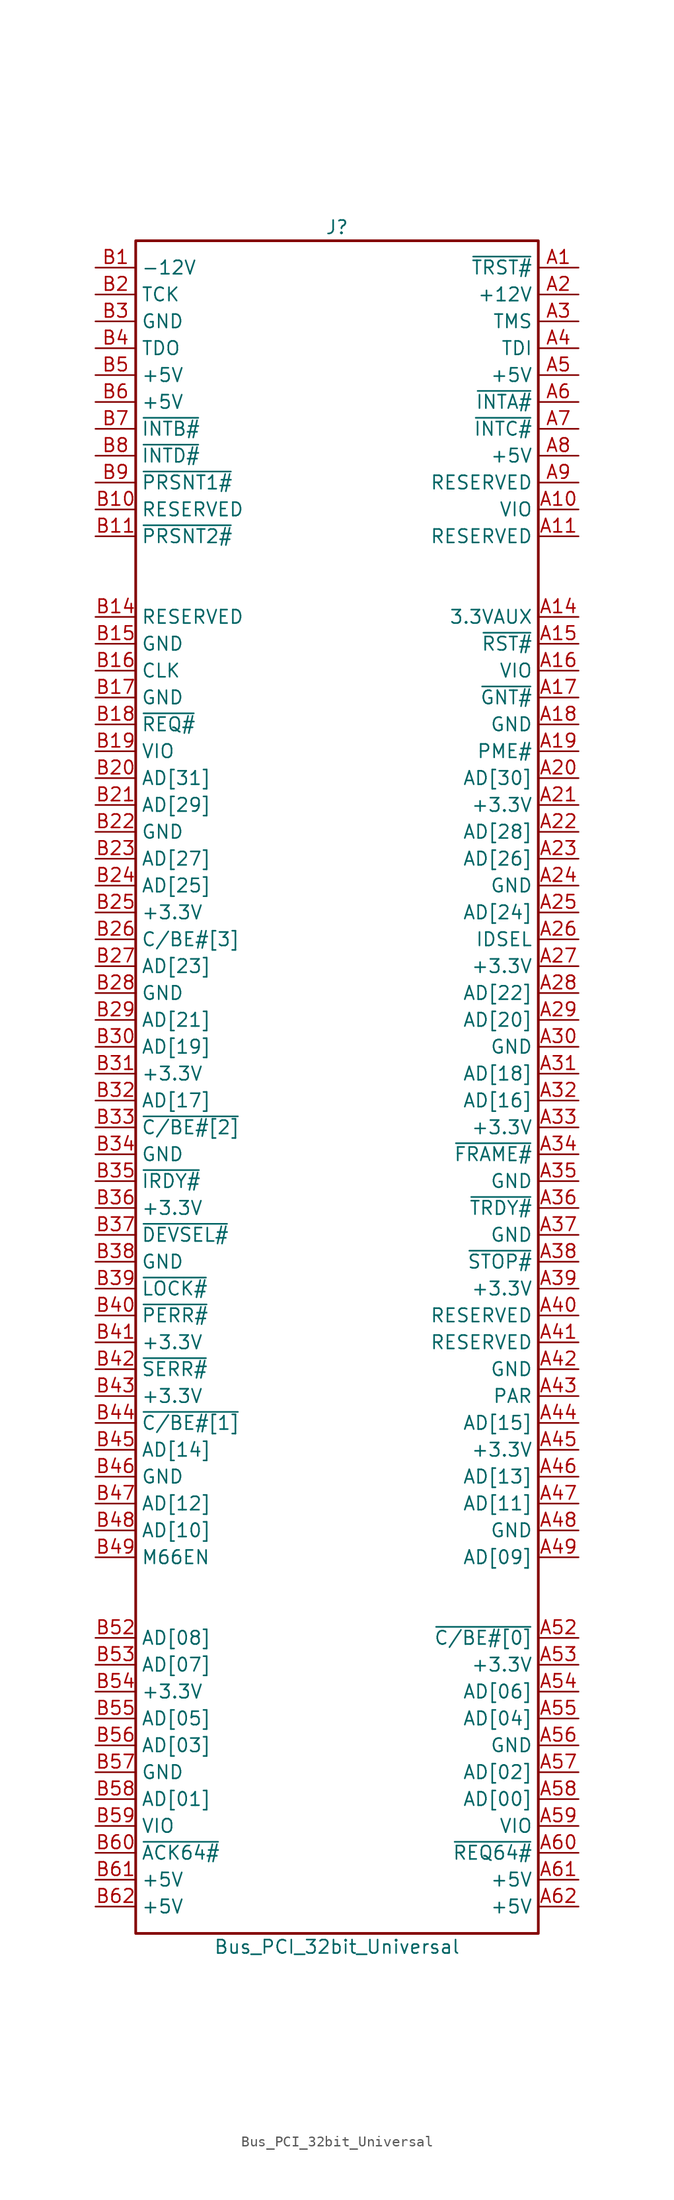
<source format=kicad_sym>
(kicad_symbol_lib
  (version 20211014)
  (generator kicad_symbol_editor)
  (symbol "Bus_PCI_32bit_Universal"
    (property "Reference" "J"
      (at 0 80.01 0)
      (effects (font (size 1.27 1.27))))
    (property "Value" "Bus_PCI_32bit_Universal"
      (at 0 -82.55 0)
      (effects (font (size 1.27 1.27))))
    (symbol "Bus_PCI_32bit_Universal_0_1"
      (rectangle (start -19.05 78.74) (end 19.05 -81.28) (stroke (width 0.254) (type default) (color 0 0 0 0)) (fill (type none))))
    (symbol "Bus_PCI_32bit_Universal_1_1"
      (pin output line (at 22.86 76.2 180) (length 3.81) (name "~{TRST#}" (effects (font (size 1.27 1.27)))) (number "A1" (effects (font (size 1.27 1.27)))))
      (pin power_in line (at 22.86 53.34 180) (length 3.81) (name "VIO" (effects (font (size 1.27 1.27)))) (number "A10" (effects (font (size 1.27 1.27)))))
      (pin passive line (at 22.86 50.8 180) (length 3.81) (name "RESERVED" (effects (font (size 1.27 1.27)))) (number "A11" (effects (font (size 1.27 1.27)))))
      (pin passive line (at 22.86 43.18 180) (length 3.81) (name "3.3VAUX" (effects (font (size 1.27 1.27)))) (number "A14" (effects (font (size 1.27 1.27)))))
      (pin output line (at 22.86 40.64 180) (length 3.81) (name "~{RST#}" (effects (font (size 1.27 1.27)))) (number "A15" (effects (font (size 1.27 1.27)))))
      (pin power_in line (at 22.86 38.1 180) (length 3.81) (name "VIO" (effects (font (size 1.27 1.27)))) (number "A16" (effects (font (size 1.27 1.27)))))
      (pin bidirectional line (at 22.86 35.56 180) (length 3.81) (name "~{GNT#}" (effects (font (size 1.27 1.27)))) (number "A17" (effects (font (size 1.27 1.27)))))
      (pin power_in line (at 22.86 33.02 180) (length 3.81) (name "GND" (effects (font (size 1.27 1.27)))) (number "A18" (effects (font (size 1.27 1.27)))))
      (pin passive line (at 22.86 30.48 180) (length 3.81) (name "PME#" (effects (font (size 1.27 1.27)))) (number "A19" (effects (font (size 1.27 1.27)))))
      (pin power_in line (at 22.86 73.66 180) (length 3.81) (name "+12V" (effects (font (size 1.27 1.27)))) (number "A2" (effects (font (size 1.27 1.27)))))
      (pin bidirectional line (at 22.86 27.94 180) (length 3.81) (name "AD[30]" (effects (font (size 1.27 1.27)))) (number "A20" (effects (font (size 1.27 1.27)))))
      (pin power_in line (at 22.86 25.4 180) (length 3.81) (name "+3.3V" (effects (font (size 1.27 1.27)))) (number "A21" (effects (font (size 1.27 1.27)))))
      (pin bidirectional line (at 22.86 22.86 180) (length 3.81) (name "AD[28]" (effects (font (size 1.27 1.27)))) (number "A22" (effects (font (size 1.27 1.27)))))
      (pin bidirectional line (at 22.86 20.32 180) (length 3.81) (name "AD[26]" (effects (font (size 1.27 1.27)))) (number "A23" (effects (font (size 1.27 1.27)))))
      (pin power_in line (at 22.86 17.78 180) (length 3.81) (name "GND" (effects (font (size 1.27 1.27)))) (number "A24" (effects (font (size 1.27 1.27)))))
      (pin bidirectional line (at 22.86 15.24 180) (length 3.81) (name "AD[24]" (effects (font (size 1.27 1.27)))) (number "A25" (effects (font (size 1.27 1.27)))))
      (pin output line (at 22.86 12.7 180) (length 3.81) (name "IDSEL" (effects (font (size 1.27 1.27)))) (number "A26" (effects (font (size 1.27 1.27)))))
      (pin power_in line (at 22.86 10.16 180) (length 3.81) (name "+3.3V" (effects (font (size 1.27 1.27)))) (number "A27" (effects (font (size 1.27 1.27)))))
      (pin bidirectional line (at 22.86 7.62 180) (length 3.81) (name "AD[22]" (effects (font (size 1.27 1.27)))) (number "A28" (effects (font (size 1.27 1.27)))))
      (pin bidirectional line (at 22.86 5.08 180) (length 3.81) (name "AD[20]" (effects (font (size 1.27 1.27)))) (number "A29" (effects (font (size 1.27 1.27)))))
      (pin output line (at 22.86 71.12 180) (length 3.81) (name "TMS" (effects (font (size 1.27 1.27)))) (number "A3" (effects (font (size 1.27 1.27)))))
      (pin power_in line (at 22.86 2.54 180) (length 3.81) (name "GND" (effects (font (size 1.27 1.27)))) (number "A30" (effects (font (size 1.27 1.27)))))
      (pin bidirectional line (at 22.86 0 180) (length 3.81) (name "AD[18]" (effects (font (size 1.27 1.27)))) (number "A31" (effects (font (size 1.27 1.27)))))
      (pin bidirectional line (at 22.86 -2.54 180) (length 3.81) (name "AD[16]" (effects (font (size 1.27 1.27)))) (number "A32" (effects (font (size 1.27 1.27)))))
      (pin power_in line (at 22.86 -5.08 180) (length 3.81) (name "+3.3V" (effects (font (size 1.27 1.27)))) (number "A33" (effects (font (size 1.27 1.27)))))
      (pin bidirectional line (at 22.86 -7.62 180) (length 3.81) (name "~{FRAME#}" (effects (font (size 1.27 1.27)))) (number "A34" (effects (font (size 1.27 1.27)))))
      (pin power_in line (at 22.86 -10.16 180) (length 3.81) (name "GND" (effects (font (size 1.27 1.27)))) (number "A35" (effects (font (size 1.27 1.27)))))
      (pin bidirectional line (at 22.86 -12.7 180) (length 3.81) (name "~{TRDY#}" (effects (font (size 1.27 1.27)))) (number "A36" (effects (font (size 1.27 1.27)))))
      (pin power_in line (at 22.86 -15.24 180) (length 3.81) (name "GND" (effects (font (size 1.27 1.27)))) (number "A37" (effects (font (size 1.27 1.27)))))
      (pin bidirectional line (at 22.86 -17.78 180) (length 3.81) (name "~{STOP#}" (effects (font (size 1.27 1.27)))) (number "A38" (effects (font (size 1.27 1.27)))))
      (pin power_in line (at 22.86 -20.32 180) (length 3.81) (name "+3.3V" (effects (font (size 1.27 1.27)))) (number "A39" (effects (font (size 1.27 1.27)))))
      (pin output line (at 22.86 68.58 180) (length 3.81) (name "TDI" (effects (font (size 1.27 1.27)))) (number "A4" (effects (font (size 1.27 1.27)))))
      (pin bidirectional line (at 22.86 -22.86 180) (length 3.81) (name "RESERVED" (effects (font (size 1.27 1.27)))) (number "A40" (effects (font (size 1.27 1.27)))))
      (pin bidirectional line (at 22.86 -25.4 180) (length 3.81) (name "RESERVED" (effects (font (size 1.27 1.27)))) (number "A41" (effects (font (size 1.27 1.27)))))
      (pin power_in line (at 22.86 -27.94 180) (length 3.81) (name "GND" (effects (font (size 1.27 1.27)))) (number "A42" (effects (font (size 1.27 1.27)))))
      (pin bidirectional line (at 22.86 -30.48 180) (length 3.81) (name "PAR" (effects (font (size 1.27 1.27)))) (number "A43" (effects (font (size 1.27 1.27)))))
      (pin bidirectional line (at 22.86 -33.02 180) (length 3.81) (name "AD[15]" (effects (font (size 1.27 1.27)))) (number "A44" (effects (font (size 1.27 1.27)))))
      (pin power_in line (at 22.86 -35.56 180) (length 3.81) (name "+3.3V" (effects (font (size 1.27 1.27)))) (number "A45" (effects (font (size 1.27 1.27)))))
      (pin bidirectional line (at 22.86 -38.1 180) (length 3.81) (name "AD[13]" (effects (font (size 1.27 1.27)))) (number "A46" (effects (font (size 1.27 1.27)))))
      (pin bidirectional line (at 22.86 -40.64 180) (length 3.81) (name "AD[11]" (effects (font (size 1.27 1.27)))) (number "A47" (effects (font (size 1.27 1.27)))))
      (pin power_in line (at 22.86 -43.18 180) (length 3.81) (name "GND" (effects (font (size 1.27 1.27)))) (number "A48" (effects (font (size 1.27 1.27)))))
      (pin bidirectional line (at 22.86 -45.72 180) (length 3.81) (name "AD[09]" (effects (font (size 1.27 1.27)))) (number "A49" (effects (font (size 1.27 1.27)))))
      (pin power_in line (at 22.86 66.04 180) (length 3.81) (name "+5V" (effects (font (size 1.27 1.27)))) (number "A5" (effects (font (size 1.27 1.27)))))
      (pin bidirectional line (at 22.86 -53.34 180) (length 3.81) (name "~{C/BE#[0]}" (effects (font (size 1.27 1.27)))) (number "A52" (effects (font (size 1.27 1.27)))))
      (pin power_in line (at 22.86 -55.88 180) (length 3.81) (name "+3.3V" (effects (font (size 1.27 1.27)))) (number "A53" (effects (font (size 1.27 1.27)))))
      (pin bidirectional line (at 22.86 -58.42 180) (length 3.81) (name "AD[06]" (effects (font (size 1.27 1.27)))) (number "A54" (effects (font (size 1.27 1.27)))))
      (pin bidirectional line (at 22.86 -60.96 180) (length 3.81) (name "AD[04]" (effects (font (size 1.27 1.27)))) (number "A55" (effects (font (size 1.27 1.27)))))
      (pin power_in line (at 22.86 -63.5 180) (length 3.81) (name "GND" (effects (font (size 1.27 1.27)))) (number "A56" (effects (font (size 1.27 1.27)))))
      (pin bidirectional line (at 22.86 -66.04 180) (length 3.81) (name "AD[02]" (effects (font (size 1.27 1.27)))) (number "A57" (effects (font (size 1.27 1.27)))))
      (pin bidirectional line (at 22.86 -68.58 180) (length 3.81) (name "AD[00]" (effects (font (size 1.27 1.27)))) (number "A58" (effects (font (size 1.27 1.27)))))
      (pin power_in line (at 22.86 -71.12 180) (length 3.81) (name "VIO" (effects (font (size 1.27 1.27)))) (number "A59" (effects (font (size 1.27 1.27)))))
      (pin input line (at 22.86 63.5 180) (length 3.81) (name "~{INTA#}" (effects (font (size 1.27 1.27)))) (number "A6" (effects (font (size 1.27 1.27)))))
      (pin bidirectional line (at 22.86 -73.66 180) (length 3.81) (name "~{REQ64#}" (effects (font (size 1.27 1.27)))) (number "A60" (effects (font (size 1.27 1.27)))))
      (pin power_in line (at 22.86 -76.2 180) (length 3.81) (name "+5V" (effects (font (size 1.27 1.27)))) (number "A61" (effects (font (size 1.27 1.27)))))
      (pin power_in line (at 22.86 -78.74 180) (length 3.81) (name "+5V" (effects (font (size 1.27 1.27)))) (number "A62" (effects (font (size 1.27 1.27)))))
      (pin input line (at 22.86 60.96 180) (length 3.81) (name "~{INTC#}" (effects (font (size 1.27 1.27)))) (number "A7" (effects (font (size 1.27 1.27)))))
      (pin power_in line (at 22.86 58.42 180) (length 3.81) (name "+5V" (effects (font (size 1.27 1.27)))) (number "A8" (effects (font (size 1.27 1.27)))))
      (pin passive line (at 22.86 55.88 180) (length 3.81) (name "RESERVED" (effects (font (size 1.27 1.27)))) (number "A9" (effects (font (size 1.27 1.27)))))
      (pin power_in line (at -22.86 76.2 0) (length 3.81) (name "-12V" (effects (font (size 1.27 1.27)))) (number "B1" (effects (font (size 1.27 1.27)))))
      (pin passive line (at -22.86 53.34 0) (length 3.81) (name "RESERVED" (effects (font (size 1.27 1.27)))) (number "B10" (effects (font (size 1.27 1.27)))))
      (pin input line (at -22.86 50.8 0) (length 3.81) (name "~{PRSNT2#}" (effects (font (size 1.27 1.27)))) (number "B11" (effects (font (size 1.27 1.27)))))
      (pin passive line (at -22.86 43.18 0) (length 3.81) (name "RESERVED" (effects (font (size 1.27 1.27)))) (number "B14" (effects (font (size 1.27 1.27)))))
      (pin power_in line (at -22.86 40.64 0) (length 3.81) (name "GND" (effects (font (size 1.27 1.27)))) (number "B15" (effects (font (size 1.27 1.27)))))
      (pin output line (at -22.86 38.1 0) (length 3.81) (name "CLK" (effects (font (size 1.27 1.27)))) (number "B16" (effects (font (size 1.27 1.27)))))
      (pin power_in line (at -22.86 35.56 0) (length 3.81) (name "GND" (effects (font (size 1.27 1.27)))) (number "B17" (effects (font (size 1.27 1.27)))))
      (pin bidirectional line (at -22.86 33.02 0) (length 3.81) (name "~{REQ#}" (effects (font (size 1.27 1.27)))) (number "B18" (effects (font (size 1.27 1.27)))))
      (pin power_in line (at -22.86 30.48 0) (length 3.81) (name "VIO" (effects (font (size 1.27 1.27)))) (number "B19" (effects (font (size 1.27 1.27)))))
      (pin output line (at -22.86 73.66 0) (length 3.81) (name "TCK" (effects (font (size 1.27 1.27)))) (number "B2" (effects (font (size 1.27 1.27)))))
      (pin bidirectional line (at -22.86 27.94 0) (length 3.81) (name "AD[31]" (effects (font (size 1.27 1.27)))) (number "B20" (effects (font (size 1.27 1.27)))))
      (pin bidirectional line (at -22.86 25.4 0) (length 3.81) (name "AD[29]" (effects (font (size 1.27 1.27)))) (number "B21" (effects (font (size 1.27 1.27)))))
      (pin power_in line (at -22.86 22.86 0) (length 3.81) (name "GND" (effects (font (size 1.27 1.27)))) (number "B22" (effects (font (size 1.27 1.27)))))
      (pin bidirectional line (at -22.86 20.32 0) (length 3.81) (name "AD[27]" (effects (font (size 1.27 1.27)))) (number "B23" (effects (font (size 1.27 1.27)))))
      (pin bidirectional line (at -22.86 17.78 0) (length 3.81) (name "AD[25]" (effects (font (size 1.27 1.27)))) (number "B24" (effects (font (size 1.27 1.27)))))
      (pin power_in line (at -22.86 15.24 0) (length 3.81) (name "+3.3V" (effects (font (size 1.27 1.27)))) (number "B25" (effects (font (size 1.27 1.27)))))
      (pin bidirectional line (at -22.86 12.7 0) (length 3.81) (name "C/BE#[3]" (effects (font (size 1.27 1.27)))) (number "B26" (effects (font (size 1.27 1.27)))))
      (pin bidirectional line (at -22.86 10.16 0) (length 3.81) (name "AD[23]" (effects (font (size 1.27 1.27)))) (number "B27" (effects (font (size 1.27 1.27)))))
      (pin power_in line (at -22.86 7.62 0) (length 3.81) (name "GND" (effects (font (size 1.27 1.27)))) (number "B28" (effects (font (size 1.27 1.27)))))
      (pin bidirectional line (at -22.86 5.08 0) (length 3.81) (name "AD[21]" (effects (font (size 1.27 1.27)))) (number "B29" (effects (font (size 1.27 1.27)))))
      (pin power_in line (at -22.86 71.12 0) (length 3.81) (name "GND" (effects (font (size 1.27 1.27)))) (number "B3" (effects (font (size 1.27 1.27)))))
      (pin bidirectional line (at -22.86 2.54 0) (length 3.81) (name "AD[19]" (effects (font (size 1.27 1.27)))) (number "B30" (effects (font (size 1.27 1.27)))))
      (pin power_in line (at -22.86 0 0) (length 3.81) (name "+3.3V" (effects (font (size 1.27 1.27)))) (number "B31" (effects (font (size 1.27 1.27)))))
      (pin bidirectional line (at -22.86 -2.54 0) (length 3.81) (name "AD[17]" (effects (font (size 1.27 1.27)))) (number "B32" (effects (font (size 1.27 1.27)))))
      (pin bidirectional line (at -22.86 -5.08 0) (length 3.81) (name "~{C/BE#[2]}" (effects (font (size 1.27 1.27)))) (number "B33" (effects (font (size 1.27 1.27)))))
      (pin power_in line (at -22.86 -7.62 0) (length 3.81) (name "GND" (effects (font (size 1.27 1.27)))) (number "B34" (effects (font (size 1.27 1.27)))))
      (pin bidirectional line (at -22.86 -10.16 0) (length 3.81) (name "~{IRDY#}" (effects (font (size 1.27 1.27)))) (number "B35" (effects (font (size 1.27 1.27)))))
      (pin power_in line (at -22.86 -12.7 0) (length 3.81) (name "+3.3V" (effects (font (size 1.27 1.27)))) (number "B36" (effects (font (size 1.27 1.27)))))
      (pin bidirectional line (at -22.86 -15.24 0) (length 3.81) (name "~{DEVSEL#}" (effects (font (size 1.27 1.27)))) (number "B37" (effects (font (size 1.27 1.27)))))
      (pin power_in line (at -22.86 -17.78 0) (length 3.81) (name "GND" (effects (font (size 1.27 1.27)))) (number "B38" (effects (font (size 1.27 1.27)))))
      (pin bidirectional line (at -22.86 -20.32 0) (length 3.81) (name "~{LOCK#}" (effects (font (size 1.27 1.27)))) (number "B39" (effects (font (size 1.27 1.27)))))
      (pin input line (at -22.86 68.58 0) (length 3.81) (name "TDO" (effects (font (size 1.27 1.27)))) (number "B4" (effects (font (size 1.27 1.27)))))
      (pin bidirectional line (at -22.86 -22.86 0) (length 3.81) (name "~{PERR#}" (effects (font (size 1.27 1.27)))) (number "B40" (effects (font (size 1.27 1.27)))))
      (pin power_in line (at -22.86 -25.4 0) (length 3.81) (name "+3.3V" (effects (font (size 1.27 1.27)))) (number "B41" (effects (font (size 1.27 1.27)))))
      (pin input line (at -22.86 -27.94 0) (length 3.81) (name "~{SERR#}" (effects (font (size 1.27 1.27)))) (number "B42" (effects (font (size 1.27 1.27)))))
      (pin power_in line (at -22.86 -30.48 0) (length 3.81) (name "+3.3V" (effects (font (size 1.27 1.27)))) (number "B43" (effects (font (size 1.27 1.27)))))
      (pin bidirectional line (at -22.86 -33.02 0) (length 3.81) (name "~{C/BE#[1]}" (effects (font (size 1.27 1.27)))) (number "B44" (effects (font (size 1.27 1.27)))))
      (pin bidirectional line (at -22.86 -35.56 0) (length 3.81) (name "AD[14]" (effects (font (size 1.27 1.27)))) (number "B45" (effects (font (size 1.27 1.27)))))
      (pin power_in line (at -22.86 -38.1 0) (length 3.81) (name "GND" (effects (font (size 1.27 1.27)))) (number "B46" (effects (font (size 1.27 1.27)))))
      (pin bidirectional line (at -22.86 -40.64 0) (length 3.81) (name "AD[12]" (effects (font (size 1.27 1.27)))) (number "B47" (effects (font (size 1.27 1.27)))))
      (pin bidirectional line (at -22.86 -43.18 0) (length 3.81) (name "AD[10]" (effects (font (size 1.27 1.27)))) (number "B48" (effects (font (size 1.27 1.27)))))
      (pin power_in line (at -22.86 -45.72 0) (length 3.81) (name "M66EN" (effects (font (size 1.27 1.27)))) (number "B49" (effects (font (size 1.27 1.27)))))
      (pin power_in line (at -22.86 66.04 0) (length 3.81) (name "+5V" (effects (font (size 1.27 1.27)))) (number "B5" (effects (font (size 1.27 1.27)))))
      (pin bidirectional line (at -22.86 -53.34 0) (length 3.81) (name "AD[08]" (effects (font (size 1.27 1.27)))) (number "B52" (effects (font (size 1.27 1.27)))))
      (pin bidirectional line (at -22.86 -55.88 0) (length 3.81) (name "AD[07]" (effects (font (size 1.27 1.27)))) (number "B53" (effects (font (size 1.27 1.27)))))
      (pin input line (at -22.86 -58.42 0) (length 3.81) (name "+3.3V" (effects (font (size 1.27 1.27)))) (number "B54" (effects (font (size 1.27 1.27)))))
      (pin bidirectional line (at -22.86 -60.96 0) (length 3.81) (name "AD[05]" (effects (font (size 1.27 1.27)))) (number "B55" (effects (font (size 1.27 1.27)))))
      (pin bidirectional line (at -22.86 -63.5 0) (length 3.81) (name "AD[03]" (effects (font (size 1.27 1.27)))) (number "B56" (effects (font (size 1.27 1.27)))))
      (pin power_in line (at -22.86 -66.04 0) (length 3.81) (name "GND" (effects (font (size 1.27 1.27)))) (number "B57" (effects (font (size 1.27 1.27)))))
      (pin bidirectional line (at -22.86 -68.58 0) (length 3.81) (name "AD[01]" (effects (font (size 1.27 1.27)))) (number "B58" (effects (font (size 1.27 1.27)))))
      (pin power_in line (at -22.86 -71.12 0) (length 3.81) (name "VIO" (effects (font (size 1.27 1.27)))) (number "B59" (effects (font (size 1.27 1.27)))))
      (pin power_in line (at -22.86 63.5 0) (length 3.81) (name "+5V" (effects (font (size 1.27 1.27)))) (number "B6" (effects (font (size 1.27 1.27)))))
      (pin bidirectional line (at -22.86 -73.66 0) (length 3.81) (name "~{ACK64#}" (effects (font (size 1.27 1.27)))) (number "B60" (effects (font (size 1.27 1.27)))))
      (pin power_in line (at -22.86 -76.2 0) (length 3.81) (name "+5V" (effects (font (size 1.27 1.27)))) (number "B61" (effects (font (size 1.27 1.27)))))
      (pin power_in line (at -22.86 -78.74 0) (length 3.81) (name "+5V" (effects (font (size 1.27 1.27)))) (number "B62" (effects (font (size 1.27 1.27)))))
      (pin input line (at -22.86 60.96 0) (length 3.81) (name "~{INTB#}" (effects (font (size 1.27 1.27)))) (number "B7" (effects (font (size 1.27 1.27)))))
      (pin input line (at -22.86 58.42 0) (length 3.81) (name "~{INTD#}" (effects (font (size 1.27 1.27)))) (number "B8" (effects (font (size 1.27 1.27)))))
      (pin input line (at -22.86 55.88 0) (length 3.81) (name "~{PRSNT1#}" (effects (font (size 1.27 1.27)))) (number "B9" (effects (font (size 1.27 1.27))))))))
</source>
